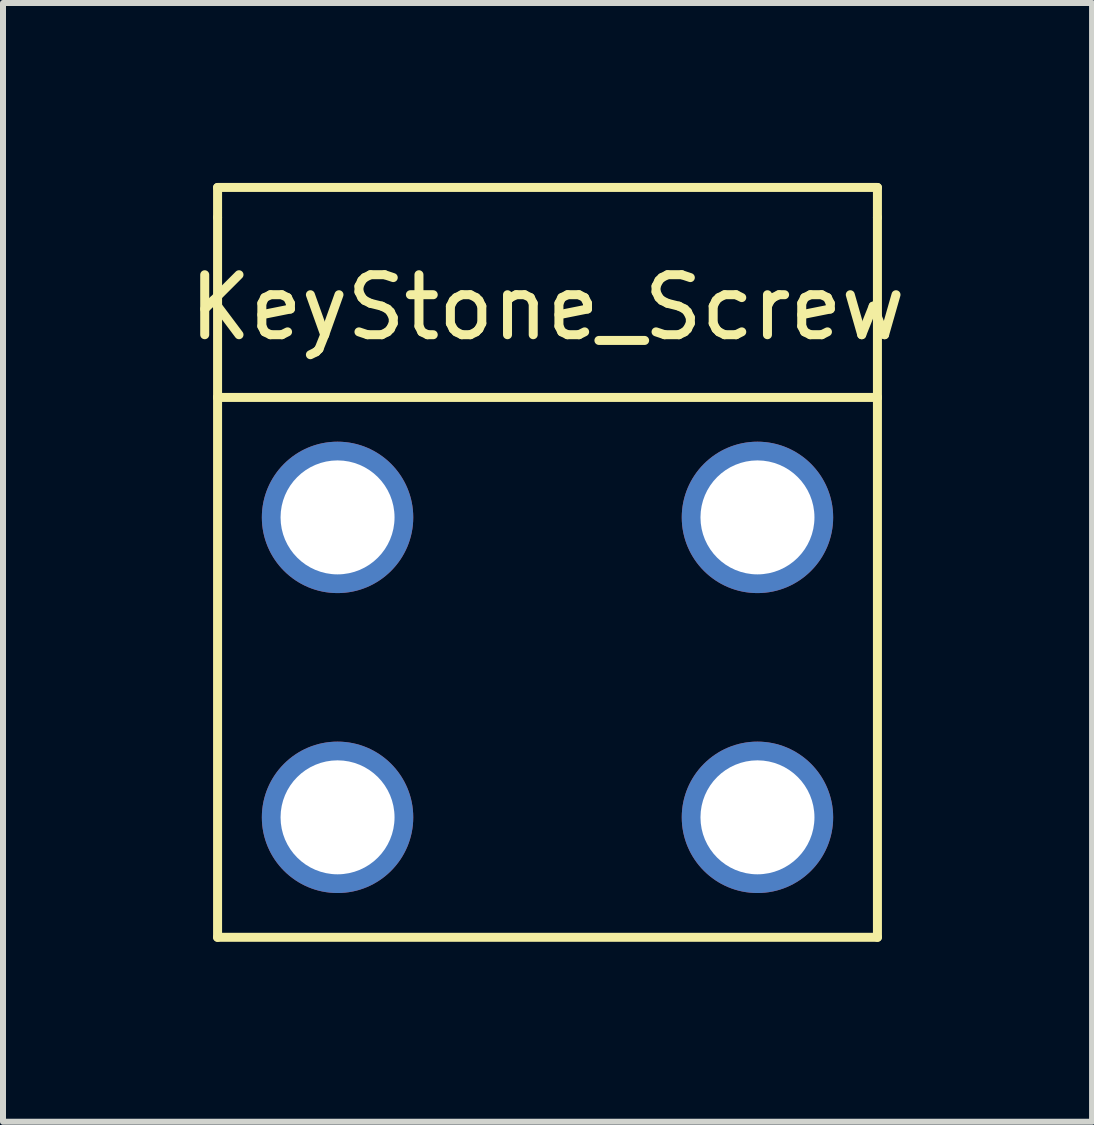
<source format=kicad_pcb>
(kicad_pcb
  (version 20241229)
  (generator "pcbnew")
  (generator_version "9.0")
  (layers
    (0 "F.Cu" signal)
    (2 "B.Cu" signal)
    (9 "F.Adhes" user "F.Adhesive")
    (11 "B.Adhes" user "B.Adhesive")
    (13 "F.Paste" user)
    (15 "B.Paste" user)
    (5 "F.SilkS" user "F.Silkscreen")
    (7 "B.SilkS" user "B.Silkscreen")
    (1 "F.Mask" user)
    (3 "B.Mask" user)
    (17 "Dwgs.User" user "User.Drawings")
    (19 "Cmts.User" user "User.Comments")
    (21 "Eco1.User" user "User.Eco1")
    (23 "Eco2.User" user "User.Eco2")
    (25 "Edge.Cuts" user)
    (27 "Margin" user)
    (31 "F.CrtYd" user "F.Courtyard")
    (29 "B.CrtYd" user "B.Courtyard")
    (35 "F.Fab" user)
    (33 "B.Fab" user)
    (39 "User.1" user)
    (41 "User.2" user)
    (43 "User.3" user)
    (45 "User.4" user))
  (footprint "KeyStone_Screw"
    (layer "F.Cu")
    (at 6.077 10.575)
    (property "Reference" "KeyStone_Screw" (at 0 -8.5 180) (layer "F.SilkS") (effects (font (size 1 1) (thickness 0.15))))
    (attr through_hole)
    (fp_line (start -5.5 -10.5) (end -5.5 -10) (stroke (width 0.15) (type solid)) (layer "F.SilkS"))
    (fp_line (start -5.5 -10) (end -5.5 -7) (stroke (width 0.15) (type solid)) (layer "F.SilkS"))
    (fp_line (start -5.5 -7) (end 5.5 -7) (stroke (width 0.15) (type solid)) (layer "F.SilkS"))
    (fp_line (start -5.5 2) (end -5.5 -7) (stroke (width 0.15) (type solid)) (layer "F.SilkS"))
    (fp_line (start 5.5 -10.5) (end -5.5 -10.5) (stroke (width 0.15) (type solid)) (layer "F.SilkS"))
    (fp_line (start 5.5 -10) (end 5.5 -10.5) (stroke (width 0.15) (type solid)) (layer "F.SilkS"))
    (fp_line (start 5.5 -7) (end 5.5 -10) (stroke (width 0.15) (type solid)) (layer "F.SilkS"))
    (fp_line (start 5.5 -7) (end 5.5 2) (stroke (width 0.15) (type solid)) (layer "F.SilkS"))
    (fp_line (start 5.5 2) (end -5.5 2) (stroke (width 0.15) (type solid)) (layer "F.SilkS"))
    (pad "1" thru_hole circle (at -3.5 -5) (size 2.524 2.524) (drill 1.9) (layers "*.Cu" "*.Mask"))
    (pad "1" thru_hole circle (at -3.5 0) (size 2.524 2.524) (drill 1.9) (layers "*.Cu" "*.Mask"))
    (pad "1" thru_hole circle (at 3.5 -5) (size 2.524 2.524) (drill 1.9) (layers "*.Cu" "*.Mask"))
    (pad "1" thru_hole circle (at 3.5 0) (size 2.524 2.524) (drill 1.9) (layers "*.Cu" "*.Mask")))
  (gr_rect
    (start -3 -3)
    (end 15.155 15.65)
    (stroke (width 0.1) (type default))
    (fill no)
    (layer "Edge.Cuts")))
</source>
